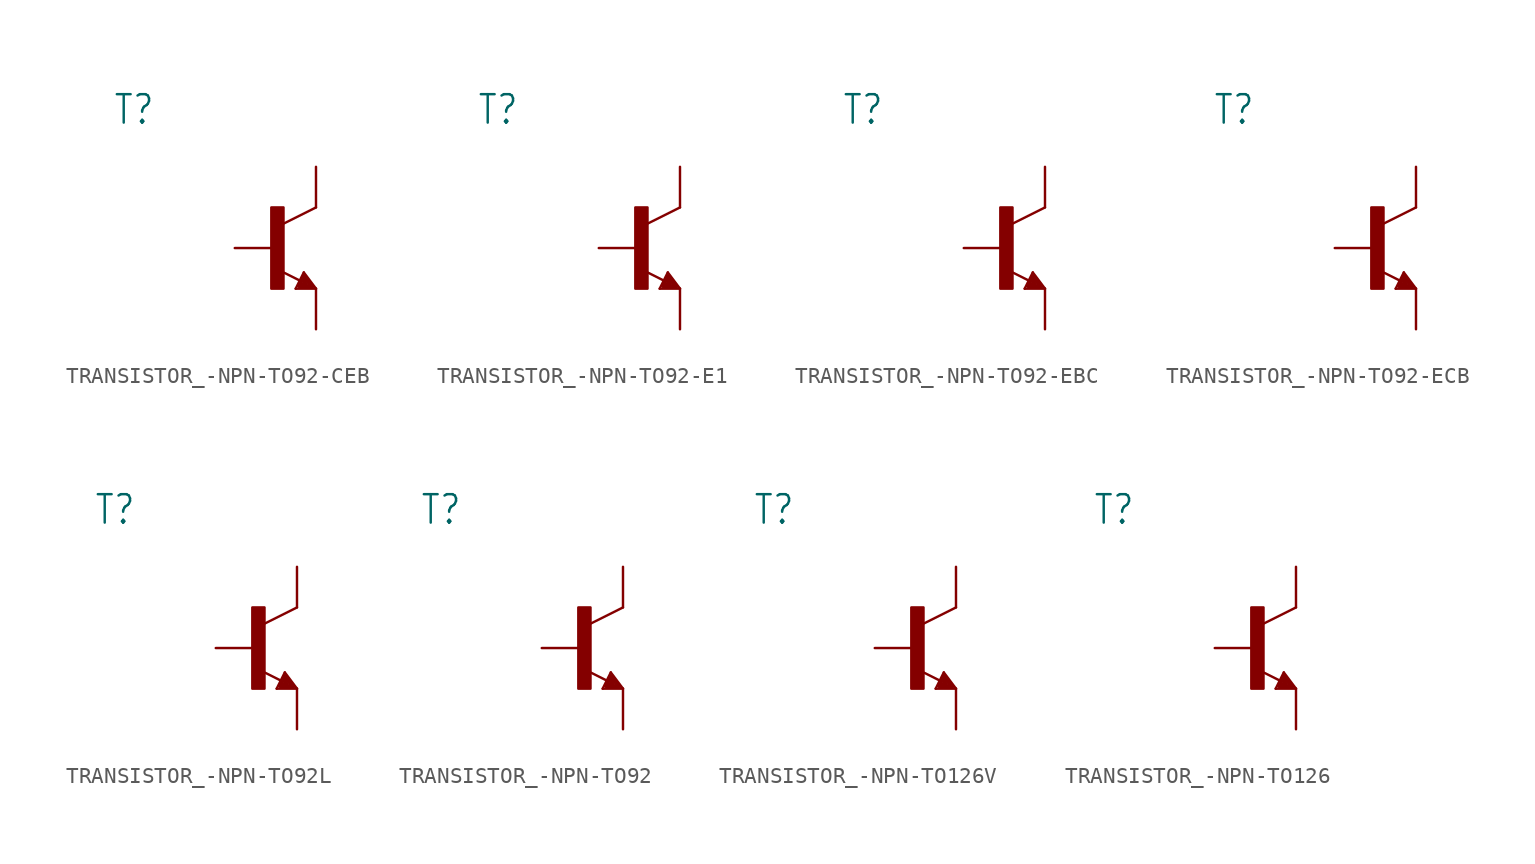
<source format=kicad_sym>
(kicad_symbol_lib
  (version 20231120)
  (generator "kicad_symbol_editor")
  (generator_version "8.0")
  (symbol "TRANSISTOR_-NPN-TO92-CEB"
    (property "Reference" "T"
      (at -10.16 7.62 0)
      (effects (font (size 1.778 1.511)) (justify left bottom)))
    (property "Value" ""
      (at -10.16 5.08 0)
      (effects (font (size 1.778 1.511)) (justify left bottom)))
    (property "ki_locked" ""
      (at 0 0 0)
      (effects (font (size 1.27 1.27))))
    (symbol "TRANSISTOR_-NPN-TO92-CEB_1_0"
      (rectangle (start -0.254 -2.54) (end 0.508 2.54) (stroke (width 0) (type default)) (fill (type outline)))
      (polyline (pts (xy 1.27 -2.54) (xy 1.778 -1.524)) (stroke (width 0.152) (type solid)) (fill (type none)))
      (polyline (pts (xy 1.524 -2.413) (xy 2.286 -2.413)) (stroke (width 0.254) (type solid)) (fill (type none)))
      (polyline (pts (xy 1.524 -2.286) (xy 1.905 -2.286)) (stroke (width 0.254) (type solid)) (fill (type none)))
      (polyline (pts (xy 1.54 -2.04) (xy 0.308 -1.424)) (stroke (width 0.152) (type solid)) (fill (type none)))
      (polyline (pts (xy 1.778 -1.778) (xy 1.524 -2.286)) (stroke (width 0.254) (type solid)) (fill (type none)))
      (polyline (pts (xy 1.778 -1.524) (xy 2.54 -2.54)) (stroke (width 0.152) (type solid)) (fill (type none)))
      (polyline (pts (xy 1.905 -2.286) (xy 1.778 -2.032)) (stroke (width 0.254) (type solid)) (fill (type none)))
      (polyline (pts (xy 2.286 -2.413) (xy 1.778 -1.778)) (stroke (width 0.254) (type solid)) (fill (type none)))
      (polyline (pts (xy 2.54 -2.54) (xy 1.27 -2.54)) (stroke (width 0.152) (type solid)) (fill (type none)))
      (polyline (pts (xy 2.54 2.54) (xy 0.508 1.524)) (stroke (width 0.152) (type solid)) (fill (type none)))
      (pin passive line (at -2.54 0 0) (length 2.54) (name "B" (effects (font (size 0 0)))) (number "B" (effects (font (size 0 0)))))
      (pin passive line (at 2.54 5.08 270) (length 2.54) (name "C" (effects (font (size 0 0)))) (number "C" (effects (font (size 0 0)))))
      (pin passive line (at 2.54 -5.08 90) (length 2.54) (name "E" (effects (font (size 0 0)))) (number "E" (effects (font (size 0 0)))))))
  (symbol "TRANSISTOR_-NPN-TO92-E1"
    (property "Reference" "T"
      (at -10.16 7.62 0)
      (effects (font (size 1.778 1.511)) (justify left bottom)))
    (property "Value" ""
      (at -10.16 5.08 0)
      (effects (font (size 1.778 1.511)) (justify left bottom)))
    (property "ki_locked" ""
      (at 0 0 0)
      (effects (font (size 1.27 1.27))))
    (symbol "TRANSISTOR_-NPN-TO92-E1_1_0"
      (rectangle (start -0.254 -2.54) (end 0.508 2.54) (stroke (width 0) (type default)) (fill (type outline)))
      (polyline (pts (xy 1.27 -2.54) (xy 1.778 -1.524)) (stroke (width 0.152) (type solid)) (fill (type none)))
      (polyline (pts (xy 1.524 -2.413) (xy 2.286 -2.413)) (stroke (width 0.254) (type solid)) (fill (type none)))
      (polyline (pts (xy 1.524 -2.286) (xy 1.905 -2.286)) (stroke (width 0.254) (type solid)) (fill (type none)))
      (polyline (pts (xy 1.54 -2.04) (xy 0.308 -1.424)) (stroke (width 0.152) (type solid)) (fill (type none)))
      (polyline (pts (xy 1.778 -1.778) (xy 1.524 -2.286)) (stroke (width 0.254) (type solid)) (fill (type none)))
      (polyline (pts (xy 1.778 -1.524) (xy 2.54 -2.54)) (stroke (width 0.152) (type solid)) (fill (type none)))
      (polyline (pts (xy 1.905 -2.286) (xy 1.778 -2.032)) (stroke (width 0.254) (type solid)) (fill (type none)))
      (polyline (pts (xy 2.286 -2.413) (xy 1.778 -1.778)) (stroke (width 0.254) (type solid)) (fill (type none)))
      (polyline (pts (xy 2.54 -2.54) (xy 1.27 -2.54)) (stroke (width 0.152) (type solid)) (fill (type none)))
      (polyline (pts (xy 2.54 2.54) (xy 0.508 1.524)) (stroke (width 0.152) (type solid)) (fill (type none)))
      (pin passive line (at 2.54 5.08 270) (length 2.54) (name "C" (effects (font (size 0 0)))) (number "1" (effects (font (size 0 0)))))
      (pin passive line (at -2.54 0 0) (length 2.54) (name "B" (effects (font (size 0 0)))) (number "2" (effects (font (size 0 0)))))
      (pin passive line (at 2.54 -5.08 90) (length 2.54) (name "E" (effects (font (size 0 0)))) (number "3" (effects (font (size 0 0)))))))
  (symbol "TRANSISTOR_-NPN-TO92-EBC"
    (property "Reference" "T"
      (at -10.16 7.62 0)
      (effects (font (size 1.778 1.511)) (justify left bottom)))
    (property "Value" ""
      (at -10.16 5.08 0)
      (effects (font (size 1.778 1.511)) (justify left bottom)))
    (property "ki_locked" ""
      (at 0 0 0)
      (effects (font (size 1.27 1.27))))
    (symbol "TRANSISTOR_-NPN-TO92-EBC_1_0"
      (rectangle (start -0.254 -2.54) (end 0.508 2.54) (stroke (width 0) (type default)) (fill (type outline)))
      (polyline (pts (xy 1.27 -2.54) (xy 1.778 -1.524)) (stroke (width 0.152) (type solid)) (fill (type none)))
      (polyline (pts (xy 1.524 -2.413) (xy 2.286 -2.413)) (stroke (width 0.254) (type solid)) (fill (type none)))
      (polyline (pts (xy 1.524 -2.286) (xy 1.905 -2.286)) (stroke (width 0.254) (type solid)) (fill (type none)))
      (polyline (pts (xy 1.54 -2.04) (xy 0.308 -1.424)) (stroke (width 0.152) (type solid)) (fill (type none)))
      (polyline (pts (xy 1.778 -1.778) (xy 1.524 -2.286)) (stroke (width 0.254) (type solid)) (fill (type none)))
      (polyline (pts (xy 1.778 -1.524) (xy 2.54 -2.54)) (stroke (width 0.152) (type solid)) (fill (type none)))
      (polyline (pts (xy 1.905 -2.286) (xy 1.778 -2.032)) (stroke (width 0.254) (type solid)) (fill (type none)))
      (polyline (pts (xy 2.286 -2.413) (xy 1.778 -1.778)) (stroke (width 0.254) (type solid)) (fill (type none)))
      (polyline (pts (xy 2.54 -2.54) (xy 1.27 -2.54)) (stroke (width 0.152) (type solid)) (fill (type none)))
      (polyline (pts (xy 2.54 2.54) (xy 0.508 1.524)) (stroke (width 0.152) (type solid)) (fill (type none)))
      (pin passive line (at -2.54 0 0) (length 2.54) (name "B" (effects (font (size 0 0)))) (number "B" (effects (font (size 0 0)))))
      (pin passive line (at 2.54 5.08 270) (length 2.54) (name "C" (effects (font (size 0 0)))) (number "C" (effects (font (size 0 0)))))
      (pin passive line (at 2.54 -5.08 90) (length 2.54) (name "E" (effects (font (size 0 0)))) (number "E" (effects (font (size 0 0)))))))
  (symbol "TRANSISTOR_-NPN-TO92-ECB"
    (property "Reference" "T"
      (at -10.16 7.62 0)
      (effects (font (size 1.778 1.511)) (justify left bottom)))
    (property "Value" ""
      (at -10.16 5.08 0)
      (effects (font (size 1.778 1.511)) (justify left bottom)))
    (property "ki_locked" ""
      (at 0 0 0)
      (effects (font (size 1.27 1.27))))
    (symbol "TRANSISTOR_-NPN-TO92-ECB_1_0"
      (rectangle (start -0.254 -2.54) (end 0.508 2.54) (stroke (width 0) (type default)) (fill (type outline)))
      (polyline (pts (xy 1.27 -2.54) (xy 1.778 -1.524)) (stroke (width 0.152) (type solid)) (fill (type none)))
      (polyline (pts (xy 1.524 -2.413) (xy 2.286 -2.413)) (stroke (width 0.254) (type solid)) (fill (type none)))
      (polyline (pts (xy 1.524 -2.286) (xy 1.905 -2.286)) (stroke (width 0.254) (type solid)) (fill (type none)))
      (polyline (pts (xy 1.54 -2.04) (xy 0.308 -1.424)) (stroke (width 0.152) (type solid)) (fill (type none)))
      (polyline (pts (xy 1.778 -1.778) (xy 1.524 -2.286)) (stroke (width 0.254) (type solid)) (fill (type none)))
      (polyline (pts (xy 1.778 -1.524) (xy 2.54 -2.54)) (stroke (width 0.152) (type solid)) (fill (type none)))
      (polyline (pts (xy 1.905 -2.286) (xy 1.778 -2.032)) (stroke (width 0.254) (type solid)) (fill (type none)))
      (polyline (pts (xy 2.286 -2.413) (xy 1.778 -1.778)) (stroke (width 0.254) (type solid)) (fill (type none)))
      (polyline (pts (xy 2.54 -2.54) (xy 1.27 -2.54)) (stroke (width 0.152) (type solid)) (fill (type none)))
      (polyline (pts (xy 2.54 2.54) (xy 0.508 1.524)) (stroke (width 0.152) (type solid)) (fill (type none)))
      (pin passive line (at -2.54 0 0) (length 2.54) (name "B" (effects (font (size 0 0)))) (number "B" (effects (font (size 0 0)))))
      (pin passive line (at 2.54 5.08 270) (length 2.54) (name "C" (effects (font (size 0 0)))) (number "C" (effects (font (size 0 0)))))
      (pin passive line (at 2.54 -5.08 90) (length 2.54) (name "E" (effects (font (size 0 0)))) (number "E" (effects (font (size 0 0)))))))
  (symbol "TRANSISTOR_-NPN-TO92L"
    (property "Reference" "T"
      (at -10.16 7.62 0)
      (effects (font (size 1.778 1.511)) (justify left bottom)))
    (property "Value" ""
      (at -10.16 5.08 0)
      (effects (font (size 1.778 1.511)) (justify left bottom)))
    (property "ki_locked" ""
      (at 0 0 0)
      (effects (font (size 1.27 1.27))))
    (symbol "TRANSISTOR_-NPN-TO92L_1_0"
      (rectangle (start -0.254 -2.54) (end 0.508 2.54) (stroke (width 0) (type default)) (fill (type outline)))
      (polyline (pts (xy 1.27 -2.54) (xy 1.778 -1.524)) (stroke (width 0.152) (type solid)) (fill (type none)))
      (polyline (pts (xy 1.524 -2.413) (xy 2.286 -2.413)) (stroke (width 0.254) (type solid)) (fill (type none)))
      (polyline (pts (xy 1.524 -2.286) (xy 1.905 -2.286)) (stroke (width 0.254) (type solid)) (fill (type none)))
      (polyline (pts (xy 1.54 -2.04) (xy 0.308 -1.424)) (stroke (width 0.152) (type solid)) (fill (type none)))
      (polyline (pts (xy 1.778 -1.778) (xy 1.524 -2.286)) (stroke (width 0.254) (type solid)) (fill (type none)))
      (polyline (pts (xy 1.778 -1.524) (xy 2.54 -2.54)) (stroke (width 0.152) (type solid)) (fill (type none)))
      (polyline (pts (xy 1.905 -2.286) (xy 1.778 -2.032)) (stroke (width 0.254) (type solid)) (fill (type none)))
      (polyline (pts (xy 2.286 -2.413) (xy 1.778 -1.778)) (stroke (width 0.254) (type solid)) (fill (type none)))
      (polyline (pts (xy 2.54 -2.54) (xy 1.27 -2.54)) (stroke (width 0.152) (type solid)) (fill (type none)))
      (polyline (pts (xy 2.54 2.54) (xy 0.508 1.524)) (stroke (width 0.152) (type solid)) (fill (type none)))
      (pin passive line (at 2.54 -5.08 90) (length 2.54) (name "E" (effects (font (size 0 0)))) (number "1" (effects (font (size 0 0)))))
      (pin passive line (at -2.54 0 0) (length 2.54) (name "B" (effects (font (size 0 0)))) (number "2" (effects (font (size 0 0)))))
      (pin passive line (at 2.54 5.08 270) (length 2.54) (name "C" (effects (font (size 0 0)))) (number "3" (effects (font (size 0 0)))))))
  (symbol "TRANSISTOR_-NPN-TO92"
    (property "Reference" "T"
      (at -10.16 7.62 0)
      (effects (font (size 1.778 1.511)) (justify left bottom)))
    (property "Value" ""
      (at -10.16 5.08 0)
      (effects (font (size 1.778 1.511)) (justify left bottom)))
    (property "ki_locked" ""
      (at 0 0 0)
      (effects (font (size 1.27 1.27))))
    (symbol "TRANSISTOR_-NPN-TO92_1_0"
      (rectangle (start -0.254 -2.54) (end 0.508 2.54) (stroke (width 0) (type default)) (fill (type outline)))
      (polyline (pts (xy 1.27 -2.54) (xy 1.778 -1.524)) (stroke (width 0.152) (type solid)) (fill (type none)))
      (polyline (pts (xy 1.524 -2.413) (xy 2.286 -2.413)) (stroke (width 0.254) (type solid)) (fill (type none)))
      (polyline (pts (xy 1.524 -2.286) (xy 1.905 -2.286)) (stroke (width 0.254) (type solid)) (fill (type none)))
      (polyline (pts (xy 1.54 -2.04) (xy 0.308 -1.424)) (stroke (width 0.152) (type solid)) (fill (type none)))
      (polyline (pts (xy 1.778 -1.778) (xy 1.524 -2.286)) (stroke (width 0.254) (type solid)) (fill (type none)))
      (polyline (pts (xy 1.778 -1.524) (xy 2.54 -2.54)) (stroke (width 0.152) (type solid)) (fill (type none)))
      (polyline (pts (xy 1.905 -2.286) (xy 1.778 -2.032)) (stroke (width 0.254) (type solid)) (fill (type none)))
      (polyline (pts (xy 2.286 -2.413) (xy 1.778 -1.778)) (stroke (width 0.254) (type solid)) (fill (type none)))
      (polyline (pts (xy 2.54 -2.54) (xy 1.27 -2.54)) (stroke (width 0.152) (type solid)) (fill (type none)))
      (polyline (pts (xy 2.54 2.54) (xy 0.508 1.524)) (stroke (width 0.152) (type solid)) (fill (type none)))
      (pin passive line (at 2.54 -5.08 90) (length 2.54) (name "E" (effects (font (size 0 0)))) (number "1" (effects (font (size 0 0)))))
      (pin passive line (at -2.54 0 0) (length 2.54) (name "B" (effects (font (size 0 0)))) (number "2" (effects (font (size 0 0)))))
      (pin passive line (at 2.54 5.08 270) (length 2.54) (name "C" (effects (font (size 0 0)))) (number "3" (effects (font (size 0 0)))))))
  (symbol "TRANSISTOR_-NPN-TO126V"
    (property "Reference" "T"
      (at -10.16 7.62 0)
      (effects (font (size 1.778 1.511)) (justify left bottom)))
    (property "Value" ""
      (at -10.16 5.08 0)
      (effects (font (size 1.778 1.511)) (justify left bottom)))
    (property "ki_locked" ""
      (at 0 0 0)
      (effects (font (size 1.27 1.27))))
    (symbol "TRANSISTOR_-NPN-TO126V_1_0"
      (rectangle (start -0.254 -2.54) (end 0.508 2.54) (stroke (width 0) (type default)) (fill (type outline)))
      (polyline (pts (xy 1.27 -2.54) (xy 1.778 -1.524)) (stroke (width 0.152) (type solid)) (fill (type none)))
      (polyline (pts (xy 1.524 -2.413) (xy 2.286 -2.413)) (stroke (width 0.254) (type solid)) (fill (type none)))
      (polyline (pts (xy 1.524 -2.286) (xy 1.905 -2.286)) (stroke (width 0.254) (type solid)) (fill (type none)))
      (polyline (pts (xy 1.54 -2.04) (xy 0.308 -1.424)) (stroke (width 0.152) (type solid)) (fill (type none)))
      (polyline (pts (xy 1.778 -1.778) (xy 1.524 -2.286)) (stroke (width 0.254) (type solid)) (fill (type none)))
      (polyline (pts (xy 1.778 -1.524) (xy 2.54 -2.54)) (stroke (width 0.152) (type solid)) (fill (type none)))
      (polyline (pts (xy 1.905 -2.286) (xy 1.778 -2.032)) (stroke (width 0.254) (type solid)) (fill (type none)))
      (polyline (pts (xy 2.286 -2.413) (xy 1.778 -1.778)) (stroke (width 0.254) (type solid)) (fill (type none)))
      (polyline (pts (xy 2.54 -2.54) (xy 1.27 -2.54)) (stroke (width 0.152) (type solid)) (fill (type none)))
      (polyline (pts (xy 2.54 2.54) (xy 0.508 1.524)) (stroke (width 0.152) (type solid)) (fill (type none)))
      (pin passive line (at 2.54 -5.08 90) (length 2.54) (name "E" (effects (font (size 0 0)))) (number "1" (effects (font (size 0 0)))))
      (pin passive line (at 2.54 5.08 270) (length 2.54) (name "C" (effects (font (size 0 0)))) (number "2" (effects (font (size 0 0)))))
      (pin passive line (at -2.54 0 0) (length 2.54) (name "B" (effects (font (size 0 0)))) (number "3" (effects (font (size 0 0)))))))
  (symbol "TRANSISTOR_-NPN-TO126"
    (property "Reference" "T"
      (at -10.16 7.62 0)
      (effects (font (size 1.778 1.511)) (justify left bottom)))
    (property "Value" ""
      (at -10.16 5.08 0)
      (effects (font (size 1.778 1.511)) (justify left bottom)))
    (property "ki_locked" ""
      (at 0 0 0)
      (effects (font (size 1.27 1.27))))
    (symbol "TRANSISTOR_-NPN-TO126_1_0"
      (rectangle (start -0.254 -2.54) (end 0.508 2.54) (stroke (width 0) (type default)) (fill (type outline)))
      (polyline (pts (xy 1.27 -2.54) (xy 1.778 -1.524)) (stroke (width 0.152) (type solid)) (fill (type none)))
      (polyline (pts (xy 1.524 -2.413) (xy 2.286 -2.413)) (stroke (width 0.254) (type solid)) (fill (type none)))
      (polyline (pts (xy 1.524 -2.286) (xy 1.905 -2.286)) (stroke (width 0.254) (type solid)) (fill (type none)))
      (polyline (pts (xy 1.54 -2.04) (xy 0.308 -1.424)) (stroke (width 0.152) (type solid)) (fill (type none)))
      (polyline (pts (xy 1.778 -1.778) (xy 1.524 -2.286)) (stroke (width 0.254) (type solid)) (fill (type none)))
      (polyline (pts (xy 1.778 -1.524) (xy 2.54 -2.54)) (stroke (width 0.152) (type solid)) (fill (type none)))
      (polyline (pts (xy 1.905 -2.286) (xy 1.778 -2.032)) (stroke (width 0.254) (type solid)) (fill (type none)))
      (polyline (pts (xy 2.286 -2.413) (xy 1.778 -1.778)) (stroke (width 0.254) (type solid)) (fill (type none)))
      (polyline (pts (xy 2.54 -2.54) (xy 1.27 -2.54)) (stroke (width 0.152) (type solid)) (fill (type none)))
      (polyline (pts (xy 2.54 2.54) (xy 0.508 1.524)) (stroke (width 0.152) (type solid)) (fill (type none)))
      (pin passive line (at 2.54 -5.08 90) (length 2.54) (name "E" (effects (font (size 0 0)))) (number "1" (effects (font (size 0 0)))))
      (pin passive line (at 2.54 5.08 270) (length 2.54) (name "C" (effects (font (size 0 0)))) (number "2" (effects (font (size 0 0)))))
      (pin passive line (at -2.54 0 0) (length 2.54) (name "B" (effects (font (size 0 0)))) (number "3" (effects (font (size 0 0))))))))
</source>
